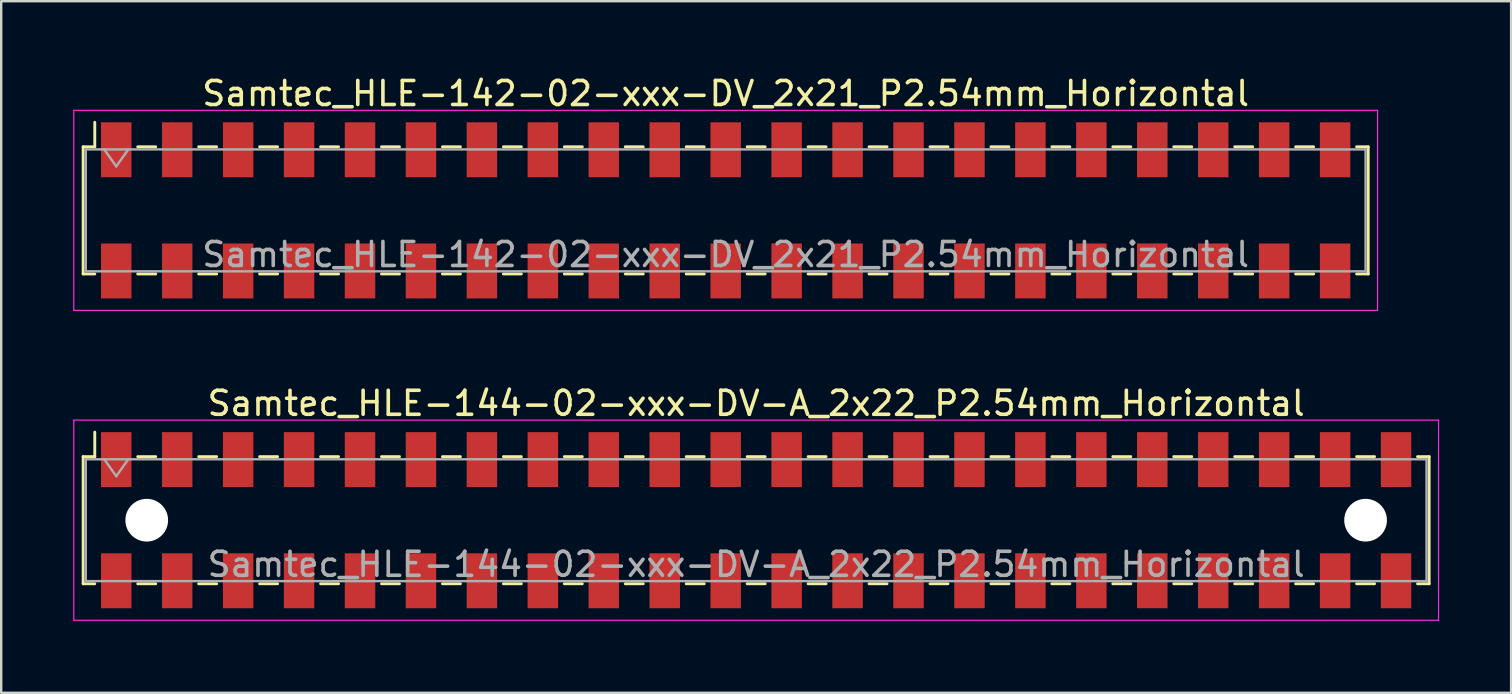
<source format=kicad_pcb>
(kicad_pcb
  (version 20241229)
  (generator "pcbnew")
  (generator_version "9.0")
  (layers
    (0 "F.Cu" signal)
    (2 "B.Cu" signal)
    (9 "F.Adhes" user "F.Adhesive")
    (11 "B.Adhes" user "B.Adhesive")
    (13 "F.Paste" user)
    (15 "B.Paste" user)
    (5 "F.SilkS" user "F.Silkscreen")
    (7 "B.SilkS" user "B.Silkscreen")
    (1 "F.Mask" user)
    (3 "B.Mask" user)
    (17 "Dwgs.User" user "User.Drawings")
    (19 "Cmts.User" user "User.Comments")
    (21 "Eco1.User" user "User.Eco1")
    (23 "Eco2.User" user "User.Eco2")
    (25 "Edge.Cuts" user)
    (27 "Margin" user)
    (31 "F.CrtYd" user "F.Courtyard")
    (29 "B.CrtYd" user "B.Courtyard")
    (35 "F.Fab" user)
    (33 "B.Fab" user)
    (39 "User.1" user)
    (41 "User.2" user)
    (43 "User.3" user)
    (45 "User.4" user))
  (footprint "Samtec_HLE-142-02-xxx-DV_2x21_P2.54mm_Horizontal"
    (layer "F.Cu")
    (at 27.195 5.718)
    (property "Reference" "Samtec_HLE-142-02-xxx-DV_2x21_P2.54mm_Horizontal" (at 0 -4.87 0) (layer "F.SilkS") (effects (font (size 1 1) (thickness 0.15))))
    (attr smd)
    (fp_line (start -26.78 -2.65) (end -26.78 2.65) (stroke (width 0.12) (type solid)) (layer "F.SilkS"))
    (fp_line (start -26.78 2.65) (end -26.295 2.65) (stroke (width 0.12) (type solid)) (layer "F.SilkS"))
    (fp_line (start -26.295 -3.67) (end -26.295 -2.65) (stroke (width 0.12) (type solid)) (layer "F.SilkS"))
    (fp_line (start -26.295 -2.65) (end -26.78 -2.65) (stroke (width 0.12) (type solid)) (layer "F.SilkS"))
    (fp_line (start -24.505 -2.65) (end -23.755 -2.65) (stroke (width 0.12) (type solid)) (layer "F.SilkS"))
    (fp_line (start -24.505 2.65) (end -23.755 2.65) (stroke (width 0.12) (type solid)) (layer "F.SilkS"))
    (fp_line (start -21.965 -2.65) (end -21.215 -2.65) (stroke (width 0.12) (type solid)) (layer "F.SilkS"))
    (fp_line (start -21.965 2.65) (end -21.215 2.65) (stroke (width 0.12) (type solid)) (layer "F.SilkS"))
    (fp_line (start -19.425 -2.65) (end -18.675 -2.65) (stroke (width 0.12) (type solid)) (layer "F.SilkS"))
    (fp_line (start -19.425 2.65) (end -18.675 2.65) (stroke (width 0.12) (type solid)) (layer "F.SilkS"))
    (fp_line (start -16.885 -2.65) (end -16.135 -2.65) (stroke (width 0.12) (type solid)) (layer "F.SilkS"))
    (fp_line (start -16.885 2.65) (end -16.135 2.65) (stroke (width 0.12) (type solid)) (layer "F.SilkS"))
    (fp_line (start -14.345 -2.65) (end -13.595 -2.65) (stroke (width 0.12) (type solid)) (layer "F.SilkS"))
    (fp_line (start -14.345 2.65) (end -13.595 2.65) (stroke (width 0.12) (type solid)) (layer "F.SilkS"))
    (fp_line (start -11.805 -2.65) (end -11.055 -2.65) (stroke (width 0.12) (type solid)) (layer "F.SilkS"))
    (fp_line (start -11.805 2.65) (end -11.055 2.65) (stroke (width 0.12) (type solid)) (layer "F.SilkS"))
    (fp_line (start -9.265 -2.65) (end -8.515 -2.65) (stroke (width 0.12) (type solid)) (layer "F.SilkS"))
    (fp_line (start -9.265 2.65) (end -8.515 2.65) (stroke (width 0.12) (type solid)) (layer "F.SilkS"))
    (fp_line (start -6.725 -2.65) (end -5.975 -2.65) (stroke (width 0.12) (type solid)) (layer "F.SilkS"))
    (fp_line (start -6.725 2.65) (end -5.975 2.65) (stroke (width 0.12) (type solid)) (layer "F.SilkS"))
    (fp_line (start -4.185 -2.65) (end -3.435 -2.65) (stroke (width 0.12) (type solid)) (layer "F.SilkS"))
    (fp_line (start -4.185 2.65) (end -3.435 2.65) (stroke (width 0.12) (type solid)) (layer "F.SilkS"))
    (fp_line (start -1.645 -2.65) (end -0.895 -2.65) (stroke (width 0.12) (type solid)) (layer "F.SilkS"))
    (fp_line (start -1.645 2.65) (end -0.895 2.65) (stroke (width 0.12) (type solid)) (layer "F.SilkS"))
    (fp_line (start 0.895 -2.65) (end 1.645 -2.65) (stroke (width 0.12) (type solid)) (layer "F.SilkS"))
    (fp_line (start 0.895 2.65) (end 1.645 2.65) (stroke (width 0.12) (type solid)) (layer "F.SilkS"))
    (fp_line (start 3.435 -2.65) (end 4.185 -2.65) (stroke (width 0.12) (type solid)) (layer "F.SilkS"))
    (fp_line (start 3.435 2.65) (end 4.185 2.65) (stroke (width 0.12) (type solid)) (layer "F.SilkS"))
    (fp_line (start 5.975 -2.65) (end 6.725 -2.65) (stroke (width 0.12) (type solid)) (layer "F.SilkS"))
    (fp_line (start 5.975 2.65) (end 6.725 2.65) (stroke (width 0.12) (type solid)) (layer "F.SilkS"))
    (fp_line (start 8.515 -2.65) (end 9.265 -2.65) (stroke (width 0.12) (type solid)) (layer "F.SilkS"))
    (fp_line (start 8.515 2.65) (end 9.265 2.65) (stroke (width 0.12) (type solid)) (layer "F.SilkS"))
    (fp_line (start 11.055 -2.65) (end 11.805 -2.65) (stroke (width 0.12) (type solid)) (layer "F.SilkS"))
    (fp_line (start 11.055 2.65) (end 11.805 2.65) (stroke (width 0.12) (type solid)) (layer "F.SilkS"))
    (fp_line (start 13.595 -2.65) (end 14.345 -2.65) (stroke (width 0.12) (type solid)) (layer "F.SilkS"))
    (fp_line (start 13.595 2.65) (end 14.345 2.65) (stroke (width 0.12) (type solid)) (layer "F.SilkS"))
    (fp_line (start 16.135 -2.65) (end 16.885 -2.65) (stroke (width 0.12) (type solid)) (layer "F.SilkS"))
    (fp_line (start 16.135 2.65) (end 16.885 2.65) (stroke (width 0.12) (type solid)) (layer "F.SilkS"))
    (fp_line (start 18.675 -2.65) (end 19.425 -2.65) (stroke (width 0.12) (type solid)) (layer "F.SilkS"))
    (fp_line (start 18.675 2.65) (end 19.425 2.65) (stroke (width 0.12) (type solid)) (layer "F.SilkS"))
    (fp_line (start 21.215 -2.65) (end 21.965 -2.65) (stroke (width 0.12) (type solid)) (layer "F.SilkS"))
    (fp_line (start 21.215 2.65) (end 21.965 2.65) (stroke (width 0.12) (type solid)) (layer "F.SilkS"))
    (fp_line (start 23.755 -2.65) (end 24.505 -2.65) (stroke (width 0.12) (type solid)) (layer "F.SilkS"))
    (fp_line (start 23.755 2.65) (end 24.505 2.65) (stroke (width 0.12) (type solid)) (layer "F.SilkS"))
    (fp_line (start 26.295 -2.65) (end 26.78 -2.65) (stroke (width 0.12) (type solid)) (layer "F.SilkS"))
    (fp_line (start 26.78 -2.65) (end 26.78 2.65) (stroke (width 0.12) (type solid)) (layer "F.SilkS"))
    (fp_line (start 26.78 2.65) (end 26.295 2.65) (stroke (width 0.12) (type solid)) (layer "F.SilkS"))
    (fp_line (start -27.17 -4.17) (end 27.17 -4.17) (stroke (width 0.05) (type solid)) (layer "F.CrtYd"))
    (fp_line (start -27.17 4.17) (end -27.17 -4.17) (stroke (width 0.05) (type solid)) (layer "F.CrtYd"))
    (fp_line (start 27.17 -4.17) (end 27.17 4.17) (stroke (width 0.05) (type solid)) (layer "F.CrtYd"))
    (fp_line (start 27.17 4.17) (end -27.17 4.17) (stroke (width 0.05) (type solid)) (layer "F.CrtYd"))
    (fp_line (start -26.67 -2.54) (end 26.67 -2.54) (stroke (width 0.1) (type solid)) (layer "F.Fab"))
    (fp_line (start -26.67 2.54) (end -26.67 -2.54) (stroke (width 0.1) (type solid)) (layer "F.Fab"))
    (fp_line (start -25.9 -2.54) (end -25.4 -1.833) (stroke (width 0.1) (type solid)) (layer "F.Fab"))
    (fp_line (start -25.4 -1.833) (end -24.9 -2.54) (stroke (width 0.1) (type solid)) (layer "F.Fab"))
    (fp_line (start 26.67 -2.54) (end 26.67 2.54) (stroke (width 0.1) (type solid)) (layer "F.Fab"))
    (fp_line (start 26.67 2.54) (end -26.67 2.54) (stroke (width 0.1) (type solid)) (layer "F.Fab"))
    (fp_text user "${REFERENCE}" (at 0 1.84 0) (layer "F.Fab") (effects (font (size 1 1) (thickness 0.15))))
    (pad "1" smd rect (at -25.4 -2.525) (size 1.27 2.29) (layers "F.Cu" "F.Mask" "F.Paste"))
    (pad "2" smd rect (at -25.4 2.525) (size 1.27 2.29) (layers "F.Cu" "F.Mask" "F.Paste"))
    (pad "3" smd rect (at -22.86 -2.525) (size 1.27 2.29) (layers "F.Cu" "F.Mask" "F.Paste"))
    (pad "4" smd rect (at -22.86 2.525) (size 1.27 2.29) (layers "F.Cu" "F.Mask" "F.Paste"))
    (pad "5" smd rect (at -20.32 -2.525) (size 1.27 2.29) (layers "F.Cu" "F.Mask" "F.Paste"))
    (pad "6" smd rect (at -20.32 2.525) (size 1.27 2.29) (layers "F.Cu" "F.Mask" "F.Paste"))
    (pad "7" smd rect (at -17.78 -2.525) (size 1.27 2.29) (layers "F.Cu" "F.Mask" "F.Paste"))
    (pad "8" smd rect (at -17.78 2.525) (size 1.27 2.29) (layers "F.Cu" "F.Mask" "F.Paste"))
    (pad "9" smd rect (at -15.24 -2.525) (size 1.27 2.29) (layers "F.Cu" "F.Mask" "F.Paste"))
    (pad "10" smd rect (at -15.24 2.525) (size 1.27 2.29) (layers "F.Cu" "F.Mask" "F.Paste"))
    (pad "11" smd rect (at -12.7 -2.525) (size 1.27 2.29) (layers "F.Cu" "F.Mask" "F.Paste"))
    (pad "12" smd rect (at -12.7 2.525) (size 1.27 2.29) (layers "F.Cu" "F.Mask" "F.Paste"))
    (pad "13" smd rect (at -10.16 -2.525) (size 1.27 2.29) (layers "F.Cu" "F.Mask" "F.Paste"))
    (pad "14" smd rect (at -10.16 2.525) (size 1.27 2.29) (layers "F.Cu" "F.Mask" "F.Paste"))
    (pad "15" smd rect (at -7.62 -2.525) (size 1.27 2.29) (layers "F.Cu" "F.Mask" "F.Paste"))
    (pad "16" smd rect (at -7.62 2.525) (size 1.27 2.29) (layers "F.Cu" "F.Mask" "F.Paste"))
    (pad "17" smd rect (at -5.08 -2.525) (size 1.27 2.29) (layers "F.Cu" "F.Mask" "F.Paste"))
    (pad "18" smd rect (at -5.08 2.525) (size 1.27 2.29) (layers "F.Cu" "F.Mask" "F.Paste"))
    (pad "19" smd rect (at -2.54 -2.525) (size 1.27 2.29) (layers "F.Cu" "F.Mask" "F.Paste"))
    (pad "20" smd rect (at -2.54 2.525) (size 1.27 2.29) (layers "F.Cu" "F.Mask" "F.Paste"))
    (pad "21" smd rect (at 0 -2.525) (size 1.27 2.29) (layers "F.Cu" "F.Mask" "F.Paste"))
    (pad "22" smd rect (at 0 2.525) (size 1.27 2.29) (layers "F.Cu" "F.Mask" "F.Paste"))
    (pad "23" smd rect (at 2.54 -2.525) (size 1.27 2.29) (layers "F.Cu" "F.Mask" "F.Paste"))
    (pad "24" smd rect (at 2.54 2.525) (size 1.27 2.29) (layers "F.Cu" "F.Mask" "F.Paste"))
    (pad "25" smd rect (at 5.08 -2.525) (size 1.27 2.29) (layers "F.Cu" "F.Mask" "F.Paste"))
    (pad "26" smd rect (at 5.08 2.525) (size 1.27 2.29) (layers "F.Cu" "F.Mask" "F.Paste"))
    (pad "27" smd rect (at 7.62 -2.525) (size 1.27 2.29) (layers "F.Cu" "F.Mask" "F.Paste"))
    (pad "28" smd rect (at 7.62 2.525) (size 1.27 2.29) (layers "F.Cu" "F.Mask" "F.Paste"))
    (pad "29" smd rect (at 10.16 -2.525) (size 1.27 2.29) (layers "F.Cu" "F.Mask" "F.Paste"))
    (pad "30" smd rect (at 10.16 2.525) (size 1.27 2.29) (layers "F.Cu" "F.Mask" "F.Paste"))
    (pad "31" smd rect (at 12.7 -2.525) (size 1.27 2.29) (layers "F.Cu" "F.Mask" "F.Paste"))
    (pad "32" smd rect (at 12.7 2.525) (size 1.27 2.29) (layers "F.Cu" "F.Mask" "F.Paste"))
    (pad "33" smd rect (at 15.24 -2.525) (size 1.27 2.29) (layers "F.Cu" "F.Mask" "F.Paste"))
    (pad "34" smd rect (at 15.24 2.525) (size 1.27 2.29) (layers "F.Cu" "F.Mask" "F.Paste"))
    (pad "35" smd rect (at 17.78 -2.525) (size 1.27 2.29) (layers "F.Cu" "F.Mask" "F.Paste"))
    (pad "36" smd rect (at 17.78 2.525) (size 1.27 2.29) (layers "F.Cu" "F.Mask" "F.Paste"))
    (pad "37" smd rect (at 20.32 -2.525) (size 1.27 2.29) (layers "F.Cu" "F.Mask" "F.Paste"))
    (pad "38" smd rect (at 20.32 2.525) (size 1.27 2.29) (layers "F.Cu" "F.Mask" "F.Paste"))
    (pad "39" smd rect (at 22.86 -2.525) (size 1.27 2.29) (layers "F.Cu" "F.Mask" "F.Paste"))
    (pad "40" smd rect (at 22.86 2.525) (size 1.27 2.29) (layers "F.Cu" "F.Mask" "F.Paste"))
    (pad "41" smd rect (at 25.4 -2.525) (size 1.27 2.29) (layers "F.Cu" "F.Mask" "F.Paste"))
    (pad "42" smd rect (at 25.4 2.525) (size 1.27 2.29) (layers "F.Cu" "F.Mask" "F.Paste")))
  (footprint "Samtec_HLE-144-02-xxx-DV-A_2x22_P2.54mm_Horizontal"
    (layer "F.Cu")
    (at 28.465 18.631)
    (property "Reference" "Samtec_HLE-144-02-xxx-DV-A_2x22_P2.54mm_Horizontal" (at 0 -4.87 0) (layer "F.SilkS") (effects (font (size 1 1) (thickness 0.15))))
    (attr smd)
    (fp_line (start -28.05 -2.65) (end -28.05 2.65) (stroke (width 0.12) (type solid)) (layer "F.SilkS"))
    (fp_line (start -28.05 2.65) (end -27.565 2.65) (stroke (width 0.12) (type solid)) (layer "F.SilkS"))
    (fp_line (start -27.565 -3.67) (end -27.565 -2.65) (stroke (width 0.12) (type solid)) (layer "F.SilkS"))
    (fp_line (start -27.565 -2.65) (end -28.05 -2.65) (stroke (width 0.12) (type solid)) (layer "F.SilkS"))
    (fp_line (start -25.775 -2.65) (end -25.025 -2.65) (stroke (width 0.12) (type solid)) (layer "F.SilkS"))
    (fp_line (start -25.775 2.65) (end -25.025 2.65) (stroke (width 0.12) (type solid)) (layer "F.SilkS"))
    (fp_line (start -23.235 -2.65) (end -22.485 -2.65) (stroke (width 0.12) (type solid)) (layer "F.SilkS"))
    (fp_line (start -23.235 2.65) (end -22.485 2.65) (stroke (width 0.12) (type solid)) (layer "F.SilkS"))
    (fp_line (start -20.695 -2.65) (end -19.945 -2.65) (stroke (width 0.12) (type solid)) (layer "F.SilkS"))
    (fp_line (start -20.695 2.65) (end -19.945 2.65) (stroke (width 0.12) (type solid)) (layer "F.SilkS"))
    (fp_line (start -18.155 -2.65) (end -17.405 -2.65) (stroke (width 0.12) (type solid)) (layer "F.SilkS"))
    (fp_line (start -18.155 2.65) (end -17.405 2.65) (stroke (width 0.12) (type solid)) (layer "F.SilkS"))
    (fp_line (start -15.615 -2.65) (end -14.865 -2.65) (stroke (width 0.12) (type solid)) (layer "F.SilkS"))
    (fp_line (start -15.615 2.65) (end -14.865 2.65) (stroke (width 0.12) (type solid)) (layer "F.SilkS"))
    (fp_line (start -13.075 -2.65) (end -12.325 -2.65) (stroke (width 0.12) (type solid)) (layer "F.SilkS"))
    (fp_line (start -13.075 2.65) (end -12.325 2.65) (stroke (width 0.12) (type solid)) (layer "F.SilkS"))
    (fp_line (start -10.535 -2.65) (end -9.785 -2.65) (stroke (width 0.12) (type solid)) (layer "F.SilkS"))
    (fp_line (start -10.535 2.65) (end -9.785 2.65) (stroke (width 0.12) (type solid)) (layer "F.SilkS"))
    (fp_line (start -7.995 -2.65) (end -7.245 -2.65) (stroke (width 0.12) (type solid)) (layer "F.SilkS"))
    (fp_line (start -7.995 2.65) (end -7.245 2.65) (stroke (width 0.12) (type solid)) (layer "F.SilkS"))
    (fp_line (start -5.455 -2.65) (end -4.705 -2.65) (stroke (width 0.12) (type solid)) (layer "F.SilkS"))
    (fp_line (start -5.455 2.65) (end -4.705 2.65) (stroke (width 0.12) (type solid)) (layer "F.SilkS"))
    (fp_line (start -2.915 -2.65) (end -2.165 -2.65) (stroke (width 0.12) (type solid)) (layer "F.SilkS"))
    (fp_line (start -2.915 2.65) (end -2.165 2.65) (stroke (width 0.12) (type solid)) (layer "F.SilkS"))
    (fp_line (start -0.375 -2.65) (end 0.375 -2.65) (stroke (width 0.12) (type solid)) (layer "F.SilkS"))
    (fp_line (start -0.375 2.65) (end 0.375 2.65) (stroke (width 0.12) (type solid)) (layer "F.SilkS"))
    (fp_line (start 2.165 -2.65) (end 2.915 -2.65) (stroke (width 0.12) (type solid)) (layer "F.SilkS"))
    (fp_line (start 2.165 2.65) (end 2.915 2.65) (stroke (width 0.12) (type solid)) (layer "F.SilkS"))
    (fp_line (start 4.705 -2.65) (end 5.455 -2.65) (stroke (width 0.12) (type solid)) (layer "F.SilkS"))
    (fp_line (start 4.705 2.65) (end 5.455 2.65) (stroke (width 0.12) (type solid)) (layer "F.SilkS"))
    (fp_line (start 7.245 -2.65) (end 7.995 -2.65) (stroke (width 0.12) (type solid)) (layer "F.SilkS"))
    (fp_line (start 7.245 2.65) (end 7.995 2.65) (stroke (width 0.12) (type solid)) (layer "F.SilkS"))
    (fp_line (start 9.785 -2.65) (end 10.535 -2.65) (stroke (width 0.12) (type solid)) (layer "F.SilkS"))
    (fp_line (start 9.785 2.65) (end 10.535 2.65) (stroke (width 0.12) (type solid)) (layer "F.SilkS"))
    (fp_line (start 12.325 -2.65) (end 13.075 -2.65) (stroke (width 0.12) (type solid)) (layer "F.SilkS"))
    (fp_line (start 12.325 2.65) (end 13.075 2.65) (stroke (width 0.12) (type solid)) (layer "F.SilkS"))
    (fp_line (start 14.865 -2.65) (end 15.615 -2.65) (stroke (width 0.12) (type solid)) (layer "F.SilkS"))
    (fp_line (start 14.865 2.65) (end 15.615 2.65) (stroke (width 0.12) (type solid)) (layer "F.SilkS"))
    (fp_line (start 17.405 -2.65) (end 18.155 -2.65) (stroke (width 0.12) (type solid)) (layer "F.SilkS"))
    (fp_line (start 17.405 2.65) (end 18.155 2.65) (stroke (width 0.12) (type solid)) (layer "F.SilkS"))
    (fp_line (start 19.945 -2.65) (end 20.695 -2.65) (stroke (width 0.12) (type solid)) (layer "F.SilkS"))
    (fp_line (start 19.945 2.65) (end 20.695 2.65) (stroke (width 0.12) (type solid)) (layer "F.SilkS"))
    (fp_line (start 22.485 -2.65) (end 23.235 -2.65) (stroke (width 0.12) (type solid)) (layer "F.SilkS"))
    (fp_line (start 22.485 2.65) (end 23.235 2.65) (stroke (width 0.12) (type solid)) (layer "F.SilkS"))
    (fp_line (start 25.025 -2.65) (end 25.775 -2.65) (stroke (width 0.12) (type solid)) (layer "F.SilkS"))
    (fp_line (start 25.025 2.65) (end 25.775 2.65) (stroke (width 0.12) (type solid)) (layer "F.SilkS"))
    (fp_line (start 27.565 -2.65) (end 28.05 -2.65) (stroke (width 0.12) (type solid)) (layer "F.SilkS"))
    (fp_line (start 28.05 -2.65) (end 28.05 2.65) (stroke (width 0.12) (type solid)) (layer "F.SilkS"))
    (fp_line (start 28.05 2.65) (end 27.565 2.65) (stroke (width 0.12) (type solid)) (layer "F.SilkS"))
    (fp_line (start -28.44 -4.17) (end 28.44 -4.17) (stroke (width 0.05) (type solid)) (layer "F.CrtYd"))
    (fp_line (start -28.44 4.17) (end -28.44 -4.17) (stroke (width 0.05) (type solid)) (layer "F.CrtYd"))
    (fp_line (start 28.44 -4.17) (end 28.44 4.17) (stroke (width 0.05) (type solid)) (layer "F.CrtYd"))
    (fp_line (start 28.44 4.17) (end -28.44 4.17) (stroke (width 0.05) (type solid)) (layer "F.CrtYd"))
    (fp_line (start -27.94 -2.54) (end 27.94 -2.54) (stroke (width 0.1) (type solid)) (layer "F.Fab"))
    (fp_line (start -27.94 2.54) (end -27.94 -2.54) (stroke (width 0.1) (type solid)) (layer "F.Fab"))
    (fp_line (start -27.17 -2.54) (end -26.67 -1.833) (stroke (width 0.1) (type solid)) (layer "F.Fab"))
    (fp_line (start -26.67 -1.833) (end -26.17 -2.54) (stroke (width 0.1) (type solid)) (layer "F.Fab"))
    (fp_line (start 27.94 -2.54) (end 27.94 2.54) (stroke (width 0.1) (type solid)) (layer "F.Fab"))
    (fp_line (start 27.94 2.54) (end -27.94 2.54) (stroke (width 0.1) (type solid)) (layer "F.Fab"))
    (fp_text user "${REFERENCE}" (at 0 1.84 0) (layer "F.Fab") (effects (font (size 1 1) (thickness 0.15))))
    (pad "" np_thru_hole circle (at -25.4 0) (size 1.78 1.78) (drill 1.78) (layers "*.Cu" "*.Mask"))
    (pad "" np_thru_hole circle (at 25.4 0) (size 1.78 1.78) (drill 1.78) (layers "*.Cu" "*.Mask"))
    (pad "1" smd rect (at -26.67 -2.525) (size 1.27 2.29) (layers "F.Cu" "F.Mask" "F.Paste"))
    (pad "2" smd rect (at -26.67 2.525) (size 1.27 2.29) (layers "F.Cu" "F.Mask" "F.Paste"))
    (pad "3" smd rect (at -24.13 -2.525) (size 1.27 2.29) (layers "F.Cu" "F.Mask" "F.Paste"))
    (pad "4" smd rect (at -24.13 2.525) (size 1.27 2.29) (layers "F.Cu" "F.Mask" "F.Paste"))
    (pad "5" smd rect (at -21.59 -2.525) (size 1.27 2.29) (layers "F.Cu" "F.Mask" "F.Paste"))
    (pad "6" smd rect (at -21.59 2.525) (size 1.27 2.29) (layers "F.Cu" "F.Mask" "F.Paste"))
    (pad "7" smd rect (at -19.05 -2.525) (size 1.27 2.29) (layers "F.Cu" "F.Mask" "F.Paste"))
    (pad "8" smd rect (at -19.05 2.525) (size 1.27 2.29) (layers "F.Cu" "F.Mask" "F.Paste"))
    (pad "9" smd rect (at -16.51 -2.525) (size 1.27 2.29) (layers "F.Cu" "F.Mask" "F.Paste"))
    (pad "10" smd rect (at -16.51 2.525) (size 1.27 2.29) (layers "F.Cu" "F.Mask" "F.Paste"))
    (pad "11" smd rect (at -13.97 -2.525) (size 1.27 2.29) (layers "F.Cu" "F.Mask" "F.Paste"))
    (pad "12" smd rect (at -13.97 2.525) (size 1.27 2.29) (layers "F.Cu" "F.Mask" "F.Paste"))
    (pad "13" smd rect (at -11.43 -2.525) (size 1.27 2.29) (layers "F.Cu" "F.Mask" "F.Paste"))
    (pad "14" smd rect (at -11.43 2.525) (size 1.27 2.29) (layers "F.Cu" "F.Mask" "F.Paste"))
    (pad "15" smd rect (at -8.89 -2.525) (size 1.27 2.29) (layers "F.Cu" "F.Mask" "F.Paste"))
    (pad "16" smd rect (at -8.89 2.525) (size 1.27 2.29) (layers "F.Cu" "F.Mask" "F.Paste"))
    (pad "17" smd rect (at -6.35 -2.525) (size 1.27 2.29) (layers "F.Cu" "F.Mask" "F.Paste"))
    (pad "18" smd rect (at -6.35 2.525) (size 1.27 2.29) (layers "F.Cu" "F.Mask" "F.Paste"))
    (pad "19" smd rect (at -3.81 -2.525) (size 1.27 2.29) (layers "F.Cu" "F.Mask" "F.Paste"))
    (pad "20" smd rect (at -3.81 2.525) (size 1.27 2.29) (layers "F.Cu" "F.Mask" "F.Paste"))
    (pad "21" smd rect (at -1.27 -2.525) (size 1.27 2.29) (layers "F.Cu" "F.Mask" "F.Paste"))
    (pad "22" smd rect (at -1.27 2.525) (size 1.27 2.29) (layers "F.Cu" "F.Mask" "F.Paste"))
    (pad "23" smd rect (at 1.27 -2.525) (size 1.27 2.29) (layers "F.Cu" "F.Mask" "F.Paste"))
    (pad "24" smd rect (at 1.27 2.525) (size 1.27 2.29) (layers "F.Cu" "F.Mask" "F.Paste"))
    (pad "25" smd rect (at 3.81 -2.525) (size 1.27 2.29) (layers "F.Cu" "F.Mask" "F.Paste"))
    (pad "26" smd rect (at 3.81 2.525) (size 1.27 2.29) (layers "F.Cu" "F.Mask" "F.Paste"))
    (pad "27" smd rect (at 6.35 -2.525) (size 1.27 2.29) (layers "F.Cu" "F.Mask" "F.Paste"))
    (pad "28" smd rect (at 6.35 2.525) (size 1.27 2.29) (layers "F.Cu" "F.Mask" "F.Paste"))
    (pad "29" smd rect (at 8.89 -2.525) (size 1.27 2.29) (layers "F.Cu" "F.Mask" "F.Paste"))
    (pad "30" smd rect (at 8.89 2.525) (size 1.27 2.29) (layers "F.Cu" "F.Mask" "F.Paste"))
    (pad "31" smd rect (at 11.43 -2.525) (size 1.27 2.29) (layers "F.Cu" "F.Mask" "F.Paste"))
    (pad "32" smd rect (at 11.43 2.525) (size 1.27 2.29) (layers "F.Cu" "F.Mask" "F.Paste"))
    (pad "33" smd rect (at 13.97 -2.525) (size 1.27 2.29) (layers "F.Cu" "F.Mask" "F.Paste"))
    (pad "34" smd rect (at 13.97 2.525) (size 1.27 2.29) (layers "F.Cu" "F.Mask" "F.Paste"))
    (pad "35" smd rect (at 16.51 -2.525) (size 1.27 2.29) (layers "F.Cu" "F.Mask" "F.Paste"))
    (pad "36" smd rect (at 16.51 2.525) (size 1.27 2.29) (layers "F.Cu" "F.Mask" "F.Paste"))
    (pad "37" smd rect (at 19.05 -2.525) (size 1.27 2.29) (layers "F.Cu" "F.Mask" "F.Paste"))
    (pad "38" smd rect (at 19.05 2.525) (size 1.27 2.29) (layers "F.Cu" "F.Mask" "F.Paste"))
    (pad "39" smd rect (at 21.59 -2.525) (size 1.27 2.29) (layers "F.Cu" "F.Mask" "F.Paste"))
    (pad "40" smd rect (at 21.59 2.525) (size 1.27 2.29) (layers "F.Cu" "F.Mask" "F.Paste"))
    (pad "41" smd rect (at 24.13 -2.525) (size 1.27 2.29) (layers "F.Cu" "F.Mask" "F.Paste"))
    (pad "42" smd rect (at 24.13 2.525) (size 1.27 2.29) (layers "F.Cu" "F.Mask" "F.Paste"))
    (pad "43" smd rect (at 26.67 -2.525) (size 1.27 2.29) (layers "F.Cu" "F.Mask" "F.Paste"))
    (pad "44" smd rect (at 26.67 2.525) (size 1.27 2.29) (layers "F.Cu" "F.Mask" "F.Paste")))
  (gr_rect
    (start -3 -3)
    (end 59.93 25.826)
    (stroke (width 0.1) (type default))
    (fill no)
    (layer "Edge.Cuts")))
</source>
